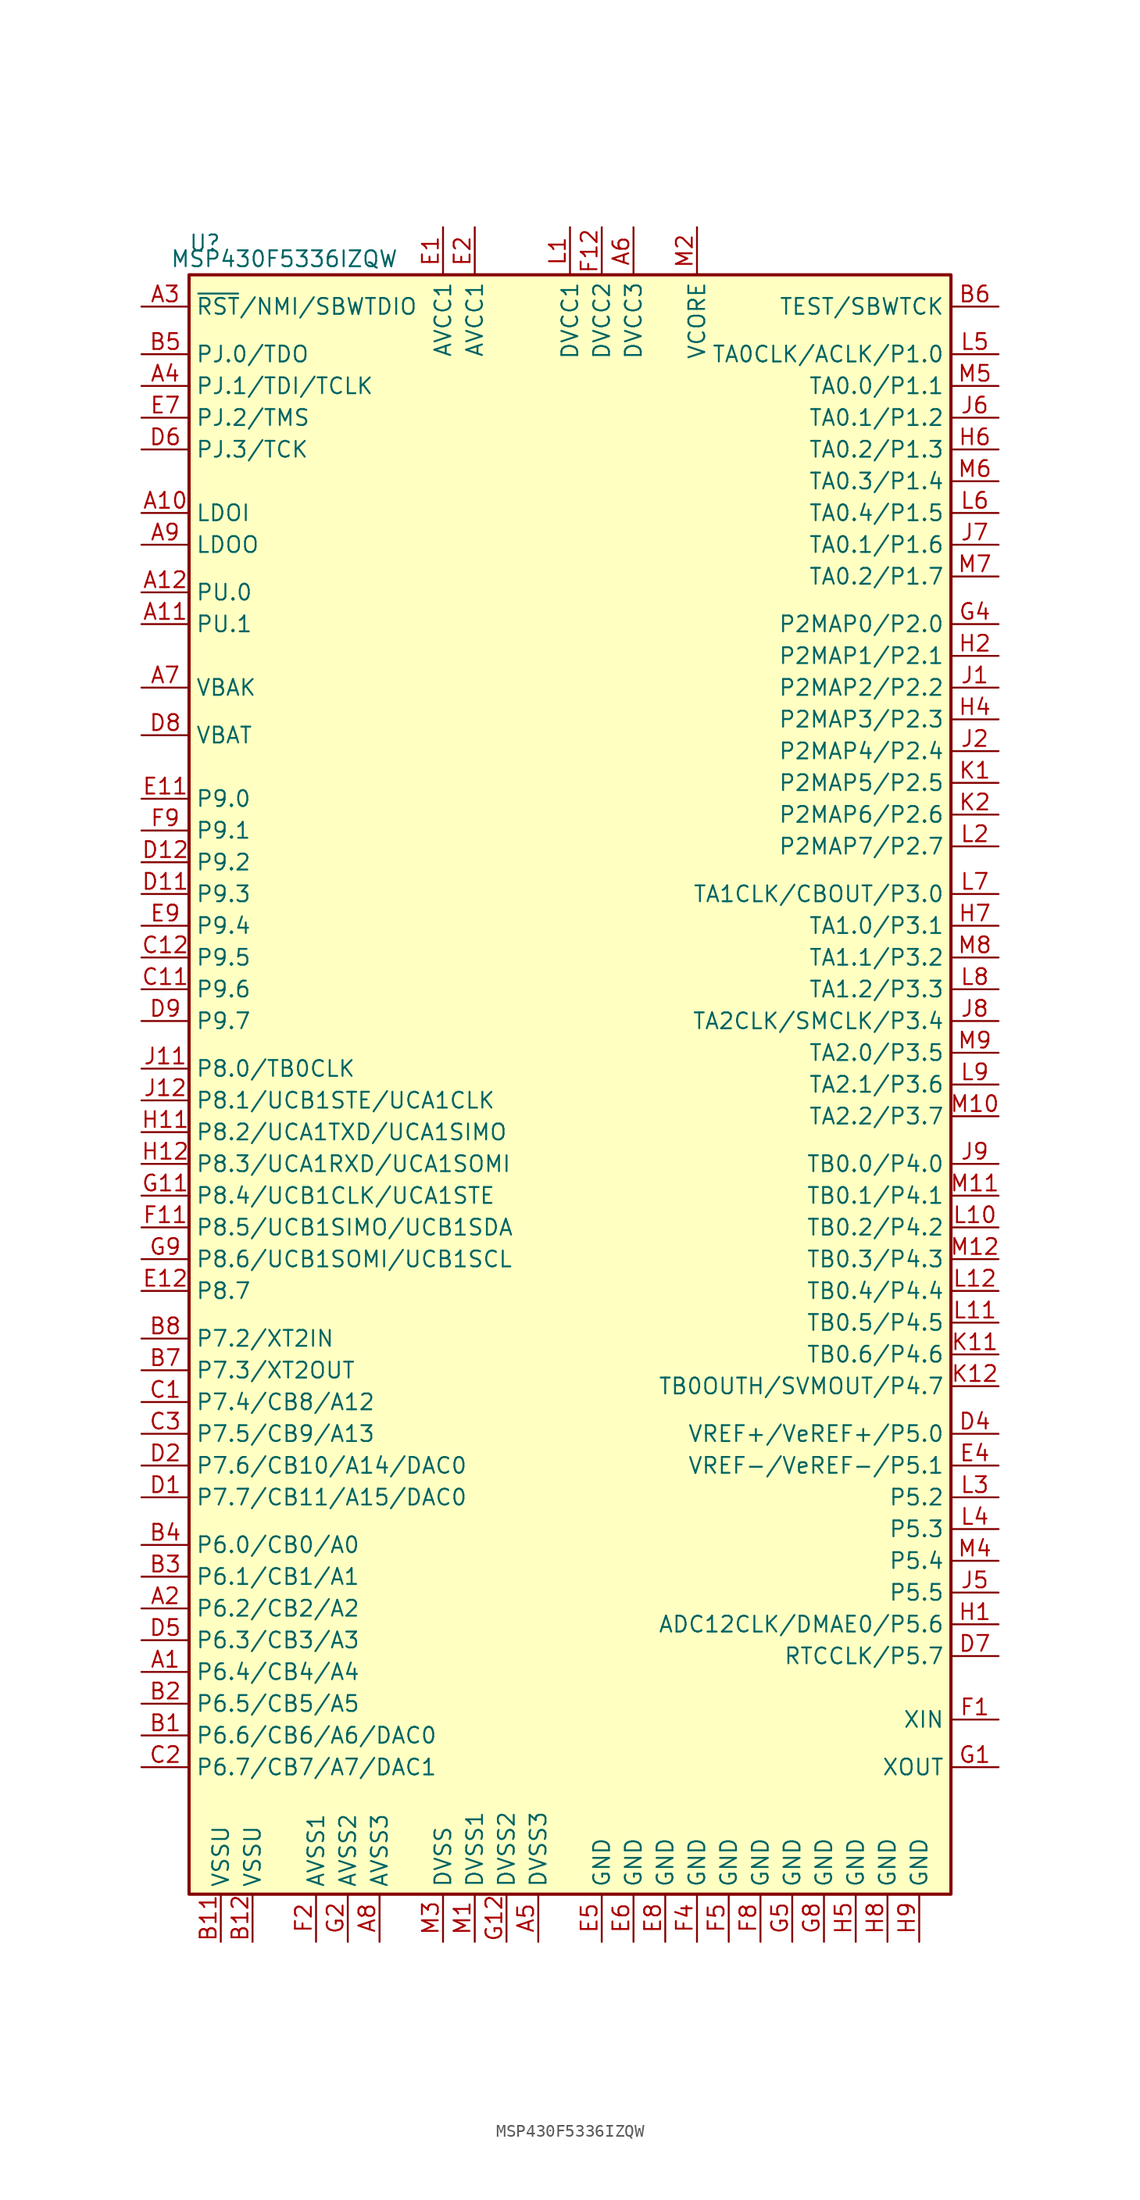
<source format=kicad_sym>
(kicad_symbol_lib
  (version 20231120)
  (generator "kicad_symbol_editor")
  (generator_version "8.0")
  (symbol "MSP430F5336IZQW"
    (property "Reference" "U"
      (at -29.21 67.31 0)
      (effects (font (size 1.27 1.27))))
    (property "Value" "MSP430F5336IZQW"
      (at -22.86 66.04 0)
      (effects (font (size 1.27 1.27))))
    (symbol "MSP430F5336IZQW_0_1"
      (rectangle (start -30.48 64.77) (end 30.48 -64.77) (stroke (width 0.254) (type default)) (fill (type background))))
    (symbol "MSP430F5336IZQW_1_1"
      (pin bidirectional line (at -34.29 -46.99 0) (length 3.81) (name "P6.4/CB4/A4" (effects (font (size 1.27 1.27)))) (number "A1" (effects (font (size 1.27 1.27)))))
      (pin bidirectional line (at -34.29 45.72 0) (length 3.81) (name "LDOI" (effects (font (size 1.27 1.27)))) (number "A10" (effects (font (size 1.27 1.27)))))
      (pin bidirectional line (at -34.29 36.83 0) (length 3.81) (name "PU.1" (effects (font (size 1.27 1.27)))) (number "A11" (effects (font (size 1.27 1.27)))))
      (pin bidirectional line (at -34.29 39.37 0) (length 3.81) (name "PU.0" (effects (font (size 1.27 1.27)))) (number "A12" (effects (font (size 1.27 1.27)))))
      (pin bidirectional line (at -34.29 -41.91 0) (length 3.81) (name "P6.2/CB2/A2" (effects (font (size 1.27 1.27)))) (number "A2" (effects (font (size 1.27 1.27)))))
      (pin input line (at -34.29 62.23 0) (length 3.81) (name "~{RST}/NMI/SBWTDIO" (effects (font (size 1.27 1.27)))) (number "A3" (effects (font (size 1.27 1.27)))))
      (pin bidirectional line (at -34.29 55.88 0) (length 3.81) (name "PJ.1/TDI/TCLK" (effects (font (size 1.27 1.27)))) (number "A4" (effects (font (size 1.27 1.27)))))
      (pin power_in line (at -2.54 -68.58 90) (length 3.81) (name "DVSS3" (effects (font (size 1.27 1.27)))) (number "A5" (effects (font (size 1.27 1.27)))))
      (pin power_in line (at 5.08 68.58 270) (length 3.81) (name "DVCC3" (effects (font (size 1.27 1.27)))) (number "A6" (effects (font (size 1.27 1.27)))))
      (pin bidirectional line (at -34.29 31.75 0) (length 3.81) (name "VBAK" (effects (font (size 1.27 1.27)))) (number "A7" (effects (font (size 1.27 1.27)))))
      (pin power_in line (at -15.24 -68.58 90) (length 3.81) (name "AVSS3" (effects (font (size 1.27 1.27)))) (number "A8" (effects (font (size 1.27 1.27)))))
      (pin bidirectional line (at -34.29 43.18 0) (length 3.81) (name "LDOO" (effects (font (size 1.27 1.27)))) (number "A9" (effects (font (size 1.27 1.27)))))
      (pin bidirectional line (at -34.29 -52.07 0) (length 3.81) (name "P6.6/CB6/A6/DAC0" (effects (font (size 1.27 1.27)))) (number "B1" (effects (font (size 1.27 1.27)))))
      (pin power_in line (at -27.94 -68.58 90) (length 3.81) (name "VSSU" (effects (font (size 1.27 1.27)))) (number "B11" (effects (font (size 1.27 1.27)))))
      (pin power_in line (at -25.4 -68.58 90) (length 3.81) (name "VSSU" (effects (font (size 1.27 1.27)))) (number "B12" (effects (font (size 1.27 1.27)))))
      (pin bidirectional line (at -34.29 -49.53 0) (length 3.81) (name "P6.5/CB5/A5" (effects (font (size 1.27 1.27)))) (number "B2" (effects (font (size 1.27 1.27)))))
      (pin bidirectional line (at -34.29 -39.37 0) (length 3.81) (name "P6.1/CB1/A1" (effects (font (size 1.27 1.27)))) (number "B3" (effects (font (size 1.27 1.27)))))
      (pin bidirectional line (at -34.29 -36.83 0) (length 3.81) (name "P6.0/CB0/A0" (effects (font (size 1.27 1.27)))) (number "B4" (effects (font (size 1.27 1.27)))))
      (pin bidirectional line (at -34.29 58.42 0) (length 3.81) (name "PJ.0/TDO" (effects (font (size 1.27 1.27)))) (number "B5" (effects (font (size 1.27 1.27)))))
      (pin input line (at 34.29 62.23 180) (length 3.81) (name "TEST/SBWTCK" (effects (font (size 1.27 1.27)))) (number "B6" (effects (font (size 1.27 1.27)))))
      (pin bidirectional line (at -34.29 -22.86 0) (length 3.81) (name "P7.3/XT2OUT" (effects (font (size 1.27 1.27)))) (number "B7" (effects (font (size 1.27 1.27)))))
      (pin bidirectional line (at -34.29 -20.32 0) (length 3.81) (name "P7.2/XT2IN" (effects (font (size 1.27 1.27)))) (number "B8" (effects (font (size 1.27 1.27)))))
      (pin bidirectional line (at -34.29 -25.4 0) (length 3.81) (name "P7.4/CB8/A12" (effects (font (size 1.27 1.27)))) (number "C1" (effects (font (size 1.27 1.27)))))
      (pin bidirectional line (at -34.29 7.62 0) (length 3.81) (name "P9.6" (effects (font (size 1.27 1.27)))) (number "C11" (effects (font (size 1.27 1.27)))))
      (pin bidirectional line (at -34.29 10.16 0) (length 3.81) (name "P9.5" (effects (font (size 1.27 1.27)))) (number "C12" (effects (font (size 1.27 1.27)))))
      (pin bidirectional line (at -34.29 -54.61 0) (length 3.81) (name "P6.7/CB7/A7/DAC1" (effects (font (size 1.27 1.27)))) (number "C2" (effects (font (size 1.27 1.27)))))
      (pin bidirectional line (at -34.29 -27.94 0) (length 3.81) (name "P7.5/CB9/A13" (effects (font (size 1.27 1.27)))) (number "C3" (effects (font (size 1.27 1.27)))))
      (pin bidirectional line (at -34.29 -33.02 0) (length 3.81) (name "P7.7/CB11/A15/DAC0" (effects (font (size 1.27 1.27)))) (number "D1" (effects (font (size 1.27 1.27)))))
      (pin bidirectional line (at -34.29 15.24 0) (length 3.81) (name "P9.3" (effects (font (size 1.27 1.27)))) (number "D11" (effects (font (size 1.27 1.27)))))
      (pin bidirectional line (at -34.29 17.78 0) (length 3.81) (name "P9.2" (effects (font (size 1.27 1.27)))) (number "D12" (effects (font (size 1.27 1.27)))))
      (pin bidirectional line (at -34.29 -30.48 0) (length 3.81) (name "P7.6/CB10/A14/DAC0" (effects (font (size 1.27 1.27)))) (number "D2" (effects (font (size 1.27 1.27)))))
      (pin bidirectional line (at 34.29 -27.94 180) (length 3.81) (name "VREF+/VeREF+/P5.0" (effects (font (size 1.27 1.27)))) (number "D4" (effects (font (size 1.27 1.27)))))
      (pin bidirectional line (at -34.29 -44.45 0) (length 3.81) (name "P6.3/CB3/A3" (effects (font (size 1.27 1.27)))) (number "D5" (effects (font (size 1.27 1.27)))))
      (pin bidirectional line (at -34.29 50.8 0) (length 3.81) (name "PJ.3/TCK" (effects (font (size 1.27 1.27)))) (number "D6" (effects (font (size 1.27 1.27)))))
      (pin bidirectional line (at 34.29 -45.72 180) (length 3.81) (name "RTCCLK/P5.7" (effects (font (size 1.27 1.27)))) (number "D7" (effects (font (size 1.27 1.27)))))
      (pin bidirectional line (at -34.29 27.94 0) (length 3.81) (name "VBAT" (effects (font (size 1.27 1.27)))) (number "D8" (effects (font (size 1.27 1.27)))))
      (pin bidirectional line (at -34.29 5.08 0) (length 3.81) (name "P9.7" (effects (font (size 1.27 1.27)))) (number "D9" (effects (font (size 1.27 1.27)))))
      (pin power_in line (at -10.16 68.58 270) (length 3.81) (name "AVCC1" (effects (font (size 1.27 1.27)))) (number "E1" (effects (font (size 1.27 1.27)))))
      (pin bidirectional line (at -34.29 22.86 0) (length 3.81) (name "P9.0" (effects (font (size 1.27 1.27)))) (number "E11" (effects (font (size 1.27 1.27)))))
      (pin bidirectional line (at -34.29 -16.51 0) (length 3.81) (name "P8.7" (effects (font (size 1.27 1.27)))) (number "E12" (effects (font (size 1.27 1.27)))))
      (pin power_in line (at -7.62 68.58 270) (length 3.81) (name "AVCC1" (effects (font (size 1.27 1.27)))) (number "E2" (effects (font (size 1.27 1.27)))))
      (pin bidirectional line (at 34.29 -30.48 180) (length 3.81) (name "VREF-/VeREF-/P5.1" (effects (font (size 1.27 1.27)))) (number "E4" (effects (font (size 1.27 1.27)))))
      (pin power_in line (at 2.54 -68.58 90) (length 3.81) (name "GND" (effects (font (size 1.27 1.27)))) (number "E5" (effects (font (size 1.27 1.27)))))
      (pin power_in line (at 5.08 -68.58 90) (length 3.81) (name "GND" (effects (font (size 1.27 1.27)))) (number "E6" (effects (font (size 1.27 1.27)))))
      (pin bidirectional line (at -34.29 53.34 0) (length 3.81) (name "PJ.2/TMS" (effects (font (size 1.27 1.27)))) (number "E7" (effects (font (size 1.27 1.27)))))
      (pin power_in line (at 7.62 -68.58 90) (length 3.81) (name "GND" (effects (font (size 1.27 1.27)))) (number "E8" (effects (font (size 1.27 1.27)))))
      (pin bidirectional line (at -34.29 12.7 0) (length 3.81) (name "P9.4" (effects (font (size 1.27 1.27)))) (number "E9" (effects (font (size 1.27 1.27)))))
      (pin bidirectional line (at 34.29 -50.8 180) (length 3.81) (name "XIN" (effects (font (size 1.27 1.27)))) (number "F1" (effects (font (size 1.27 1.27)))))
      (pin bidirectional line (at -34.29 -11.43 0) (length 3.81) (name "P8.5/UCB1SIMO/UCB1SDA" (effects (font (size 1.27 1.27)))) (number "F11" (effects (font (size 1.27 1.27)))))
      (pin power_in line (at 2.54 68.58 270) (length 3.81) (name "DVCC2" (effects (font (size 1.27 1.27)))) (number "F12" (effects (font (size 1.27 1.27)))))
      (pin power_in line (at -20.32 -68.58 90) (length 3.81) (name "AVSS1" (effects (font (size 1.27 1.27)))) (number "F2" (effects (font (size 1.27 1.27)))))
      (pin power_in line (at 10.16 -68.58 90) (length 3.81) (name "GND" (effects (font (size 1.27 1.27)))) (number "F4" (effects (font (size 1.27 1.27)))))
      (pin power_in line (at 12.7 -68.58 90) (length 3.81) (name "GND" (effects (font (size 1.27 1.27)))) (number "F5" (effects (font (size 1.27 1.27)))))
      (pin power_in line (at 15.24 -68.58 90) (length 3.81) (name "GND" (effects (font (size 1.27 1.27)))) (number "F8" (effects (font (size 1.27 1.27)))))
      (pin bidirectional line (at -34.29 20.32 0) (length 3.81) (name "P9.1" (effects (font (size 1.27 1.27)))) (number "F9" (effects (font (size 1.27 1.27)))))
      (pin bidirectional line (at 34.29 -54.61 180) (length 3.81) (name "XOUT" (effects (font (size 1.27 1.27)))) (number "G1" (effects (font (size 1.27 1.27)))))
      (pin bidirectional line (at -34.29 -8.89 0) (length 3.81) (name "P8.4/UCB1CLK/UCA1STE" (effects (font (size 1.27 1.27)))) (number "G11" (effects (font (size 1.27 1.27)))))
      (pin power_in line (at -5.08 -68.58 90) (length 3.81) (name "DVSS2" (effects (font (size 1.27 1.27)))) (number "G12" (effects (font (size 1.27 1.27)))))
      (pin power_in line (at -17.78 -68.58 90) (length 3.81) (name "AVSS2" (effects (font (size 1.27 1.27)))) (number "G2" (effects (font (size 1.27 1.27)))))
      (pin bidirectional line (at 34.29 36.83 180) (length 3.81) (name "P2MAP0/P2.0" (effects (font (size 1.27 1.27)))) (number "G4" (effects (font (size 1.27 1.27)))))
      (pin power_in line (at 17.78 -68.58 90) (length 3.81) (name "GND" (effects (font (size 1.27 1.27)))) (number "G5" (effects (font (size 1.27 1.27)))))
      (pin power_in line (at 20.32 -68.58 90) (length 3.81) (name "GND" (effects (font (size 1.27 1.27)))) (number "G8" (effects (font (size 1.27 1.27)))))
      (pin bidirectional line (at -34.29 -13.97 0) (length 3.81) (name "P8.6/UCB1SOMI/UCB1SCL" (effects (font (size 1.27 1.27)))) (number "G9" (effects (font (size 1.27 1.27)))))
      (pin bidirectional line (at 34.29 -43.18 180) (length 3.81) (name "ADC12CLK/DMAE0/P5.6" (effects (font (size 1.27 1.27)))) (number "H1" (effects (font (size 1.27 1.27)))))
      (pin bidirectional line (at -34.29 -3.81 0) (length 3.81) (name "P8.2/UCA1TXD/UCA1SIMO" (effects (font (size 1.27 1.27)))) (number "H11" (effects (font (size 1.27 1.27)))))
      (pin bidirectional line (at -34.29 -6.35 0) (length 3.81) (name "P8.3/UCA1RXD/UCA1SOMI" (effects (font (size 1.27 1.27)))) (number "H12" (effects (font (size 1.27 1.27)))))
      (pin bidirectional line (at 34.29 34.29 180) (length 3.81) (name "P2MAP1/P2.1" (effects (font (size 1.27 1.27)))) (number "H2" (effects (font (size 1.27 1.27)))))
      (pin bidirectional line (at 34.29 29.21 180) (length 3.81) (name "P2MAP3/P2.3" (effects (font (size 1.27 1.27)))) (number "H4" (effects (font (size 1.27 1.27)))))
      (pin power_in line (at 22.86 -68.58 90) (length 3.81) (name "GND" (effects (font (size 1.27 1.27)))) (number "H5" (effects (font (size 1.27 1.27)))))
      (pin bidirectional line (at 34.29 50.8 180) (length 3.81) (name "TA0.2/P1.3" (effects (font (size 1.27 1.27)))) (number "H6" (effects (font (size 1.27 1.27)))))
      (pin bidirectional line (at 34.29 12.7 180) (length 3.81) (name "TA1.0/P3.1" (effects (font (size 1.27 1.27)))) (number "H7" (effects (font (size 1.27 1.27)))))
      (pin power_in line (at 25.4 -68.58 90) (length 3.81) (name "GND" (effects (font (size 1.27 1.27)))) (number "H8" (effects (font (size 1.27 1.27)))))
      (pin power_in line (at 27.94 -68.58 90) (length 3.81) (name "GND" (effects (font (size 1.27 1.27)))) (number "H9" (effects (font (size 1.27 1.27)))))
      (pin bidirectional line (at 34.29 31.75 180) (length 3.81) (name "P2MAP2/P2.2" (effects (font (size 1.27 1.27)))) (number "J1" (effects (font (size 1.27 1.27)))))
      (pin bidirectional line (at -34.29 1.27 0) (length 3.81) (name "P8.0/TB0CLK" (effects (font (size 1.27 1.27)))) (number "J11" (effects (font (size 1.27 1.27)))))
      (pin bidirectional line (at -34.29 -1.27 0) (length 3.81) (name "P8.1/UCB1STE/UCA1CLK" (effects (font (size 1.27 1.27)))) (number "J12" (effects (font (size 1.27 1.27)))))
      (pin bidirectional line (at 34.29 26.67 180) (length 3.81) (name "P2MAP4/P2.4" (effects (font (size 1.27 1.27)))) (number "J2" (effects (font (size 1.27 1.27)))))
      (pin bidirectional line (at 34.29 -40.64 180) (length 3.81) (name "P5.5" (effects (font (size 1.27 1.27)))) (number "J5" (effects (font (size 1.27 1.27)))))
      (pin bidirectional line (at 34.29 53.34 180) (length 3.81) (name "TA0.1/P1.2" (effects (font (size 1.27 1.27)))) (number "J6" (effects (font (size 1.27 1.27)))))
      (pin bidirectional line (at 34.29 43.18 180) (length 3.81) (name "TA0.1/P1.6" (effects (font (size 1.27 1.27)))) (number "J7" (effects (font (size 1.27 1.27)))))
      (pin bidirectional line (at 34.29 5.08 180) (length 3.81) (name "TA2CLK/SMCLK/P3.4" (effects (font (size 1.27 1.27)))) (number "J8" (effects (font (size 1.27 1.27)))))
      (pin bidirectional line (at 34.29 -6.35 180) (length 3.81) (name "TB0.0/P4.0" (effects (font (size 1.27 1.27)))) (number "J9" (effects (font (size 1.27 1.27)))))
      (pin bidirectional line (at 34.29 24.13 180) (length 3.81) (name "P2MAP5/P2.5" (effects (font (size 1.27 1.27)))) (number "K1" (effects (font (size 1.27 1.27)))))
      (pin bidirectional line (at 34.29 -21.59 180) (length 3.81) (name "TB0.6/P4.6" (effects (font (size 1.27 1.27)))) (number "K11" (effects (font (size 1.27 1.27)))))
      (pin bidirectional line (at 34.29 -24.13 180) (length 3.81) (name "TB0OUTH/SVMOUT/P4.7" (effects (font (size 1.27 1.27)))) (number "K12" (effects (font (size 1.27 1.27)))))
      (pin bidirectional line (at 34.29 21.59 180) (length 3.81) (name "P2MAP6/P2.6" (effects (font (size 1.27 1.27)))) (number "K2" (effects (font (size 1.27 1.27)))))
      (pin power_in line (at 0 68.58 270) (length 3.81) (name "DVCC1" (effects (font (size 1.27 1.27)))) (number "L1" (effects (font (size 1.27 1.27)))))
      (pin bidirectional line (at 34.29 -11.43 180) (length 3.81) (name "TB0.2/P4.2" (effects (font (size 1.27 1.27)))) (number "L10" (effects (font (size 1.27 1.27)))))
      (pin bidirectional line (at 34.29 -19.05 180) (length 3.81) (name "TB0.5/P4.5" (effects (font (size 1.27 1.27)))) (number "L11" (effects (font (size 1.27 1.27)))))
      (pin bidirectional line (at 34.29 -16.51 180) (length 3.81) (name "TB0.4/P4.4" (effects (font (size 1.27 1.27)))) (number "L12" (effects (font (size 1.27 1.27)))))
      (pin bidirectional line (at 34.29 19.05 180) (length 3.81) (name "P2MAP7/P2.7" (effects (font (size 1.27 1.27)))) (number "L2" (effects (font (size 1.27 1.27)))))
      (pin bidirectional line (at 34.29 -33.02 180) (length 3.81) (name "P5.2" (effects (font (size 1.27 1.27)))) (number "L3" (effects (font (size 1.27 1.27)))))
      (pin bidirectional line (at 34.29 -35.56 180) (length 3.81) (name "P5.3" (effects (font (size 1.27 1.27)))) (number "L4" (effects (font (size 1.27 1.27)))))
      (pin bidirectional line (at 34.29 58.42 180) (length 3.81) (name "TA0CLK/ACLK/P1.0" (effects (font (size 1.27 1.27)))) (number "L5" (effects (font (size 1.27 1.27)))))
      (pin bidirectional line (at 34.29 45.72 180) (length 3.81) (name "TA0.4/P1.5" (effects (font (size 1.27 1.27)))) (number "L6" (effects (font (size 1.27 1.27)))))
      (pin bidirectional line (at 34.29 15.24 180) (length 3.81) (name "TA1CLK/CBOUT/P3.0" (effects (font (size 1.27 1.27)))) (number "L7" (effects (font (size 1.27 1.27)))))
      (pin bidirectional line (at 34.29 7.62 180) (length 3.81) (name "TA1.2/P3.3" (effects (font (size 1.27 1.27)))) (number "L8" (effects (font (size 1.27 1.27)))))
      (pin bidirectional line (at 34.29 0 180) (length 3.81) (name "TA2.1/P3.6" (effects (font (size 1.27 1.27)))) (number "L9" (effects (font (size 1.27 1.27)))))
      (pin power_in line (at -7.62 -68.58 90) (length 3.81) (name "DVSS1" (effects (font (size 1.27 1.27)))) (number "M1" (effects (font (size 1.27 1.27)))))
      (pin bidirectional line (at 34.29 -2.54 180) (length 3.81) (name "TA2.2/P3.7" (effects (font (size 1.27 1.27)))) (number "M10" (effects (font (size 1.27 1.27)))))
      (pin bidirectional line (at 34.29 -8.89 180) (length 3.81) (name "TB0.1/P4.1" (effects (font (size 1.27 1.27)))) (number "M11" (effects (font (size 1.27 1.27)))))
      (pin bidirectional line (at 34.29 -13.97 180) (length 3.81) (name "TB0.3/P4.3" (effects (font (size 1.27 1.27)))) (number "M12" (effects (font (size 1.27 1.27)))))
      (pin bidirectional line (at 10.16 68.58 270) (length 3.81) (name "VCORE" (effects (font (size 1.27 1.27)))) (number "M2" (effects (font (size 1.27 1.27)))))
      (pin power_in line (at -10.16 -68.58 90) (length 3.81) (name "DVSS" (effects (font (size 1.27 1.27)))) (number "M3" (effects (font (size 1.27 1.27)))))
      (pin bidirectional line (at 34.29 -38.1 180) (length 3.81) (name "P5.4" (effects (font (size 1.27 1.27)))) (number "M4" (effects (font (size 1.27 1.27)))))
      (pin bidirectional line (at 34.29 55.88 180) (length 3.81) (name "TA0.0/P1.1" (effects (font (size 1.27 1.27)))) (number "M5" (effects (font (size 1.27 1.27)))))
      (pin bidirectional line (at 34.29 48.26 180) (length 3.81) (name "TA0.3/P1.4" (effects (font (size 1.27 1.27)))) (number "M6" (effects (font (size 1.27 1.27)))))
      (pin bidirectional line (at 34.29 40.64 180) (length 3.81) (name "TA0.2/P1.7" (effects (font (size 1.27 1.27)))) (number "M7" (effects (font (size 1.27 1.27)))))
      (pin bidirectional line (at 34.29 10.16 180) (length 3.81) (name "TA1.1/P3.2" (effects (font (size 1.27 1.27)))) (number "M8" (effects (font (size 1.27 1.27)))))
      (pin bidirectional line (at 34.29 2.54 180) (length 3.81) (name "TA2.0/P3.5" (effects (font (size 1.27 1.27)))) (number "M9" (effects (font (size 1.27 1.27))))))))
</source>
